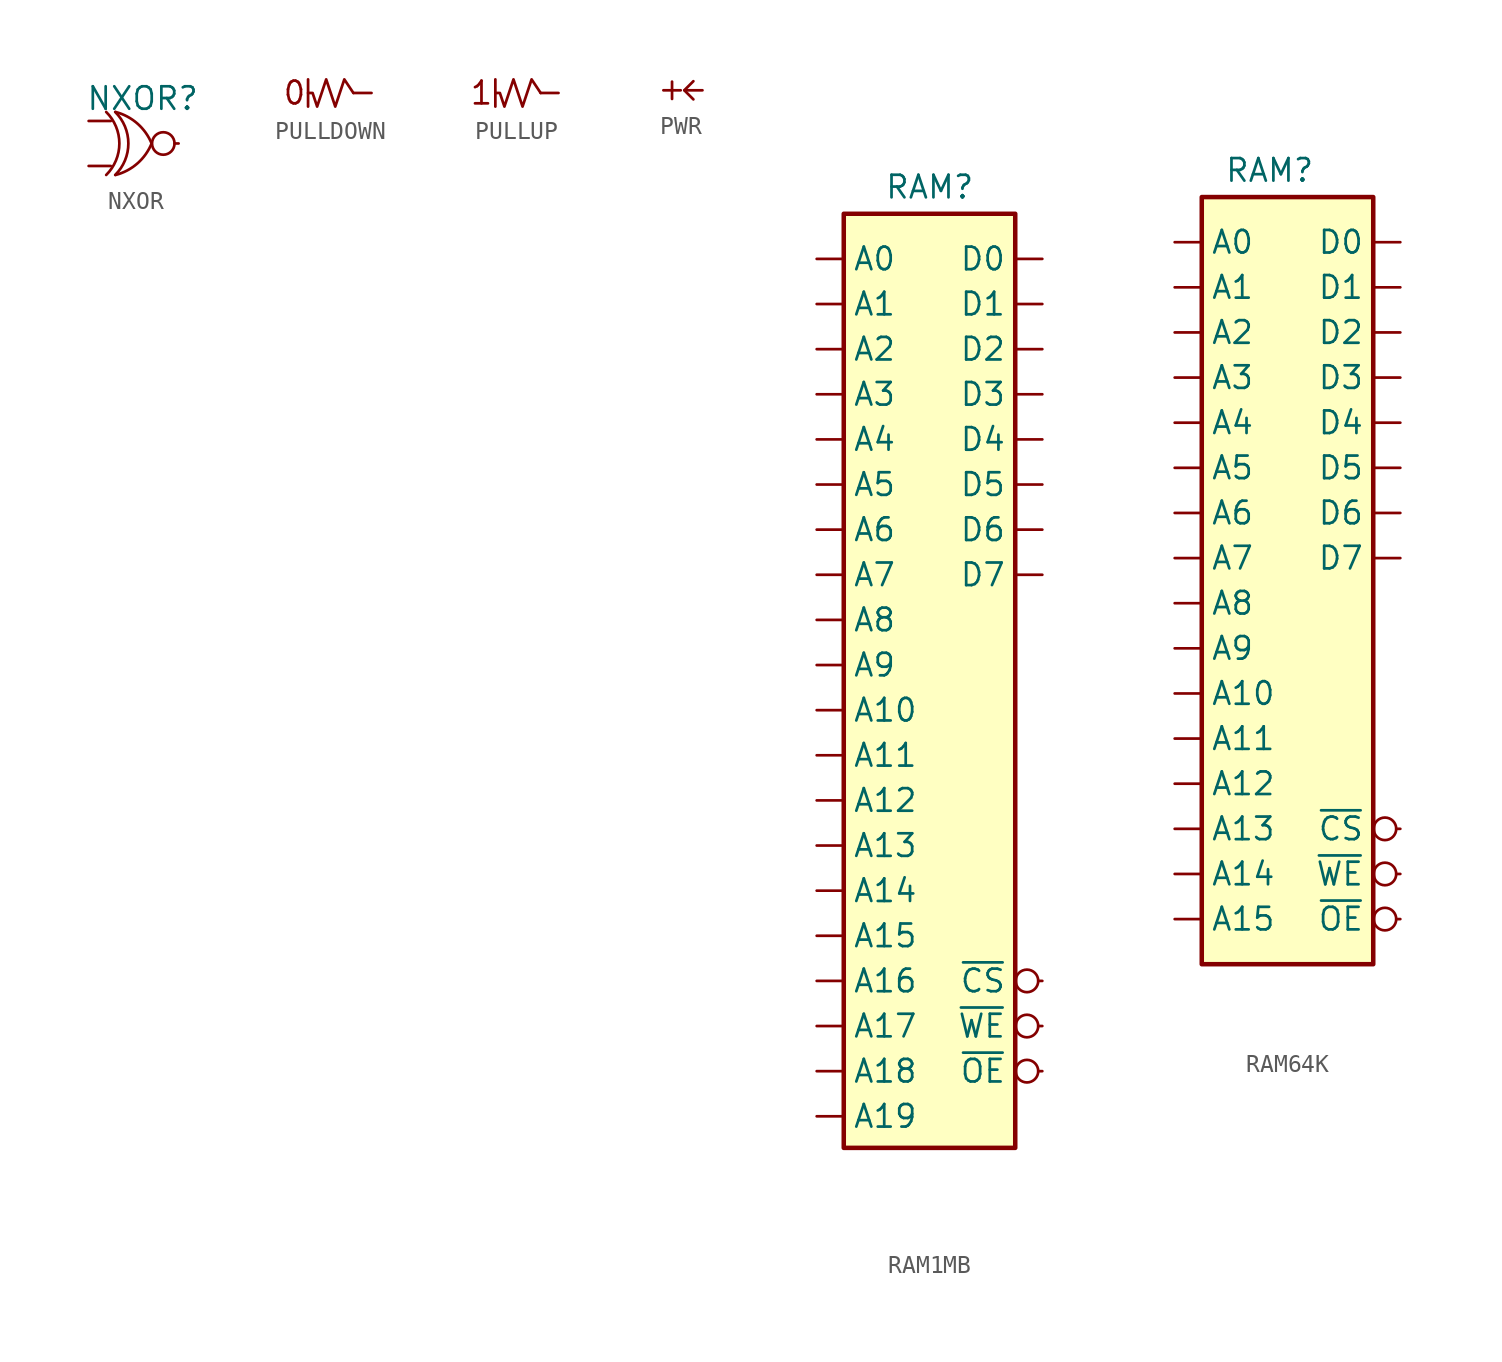
<source format=kicad_sym>
(kicad_symbol_lib
  (version 20220914)
  (generator kicad_symbol_editor)
  (symbol "NXOR"
    (pin_numbers hide)
    (pin_names hide)
    (property "Reference" "NXOR"
      (at 0.508 2.54 0)
      (effects (font (size 1.27 1.27))))
    (symbol "NXOR_0_1"
      (arc (start -1.5488 -1.778) (mid -0.805 0) (end -1.5488 1.778) (stroke (width 0) (type default)) (fill (type none)))
      (arc (start -1.0409 -1.778) (mid -0.2971 0) (end -1.0409 1.778) (stroke (width 0) (type default)) (fill (type none)))
      (arc (start -1.016 -1.778) (mid 0.2105 -1.1296) (end 1.016 0) (stroke (width 0) (type default)) (fill (type none)))
      (arc (start 1.016 0) (mid 0.209 1.1279) (end -1.016 1.778) (stroke (width 0) (type default)) (fill (type none))))
    (symbol "NXOR_1_1"
      (pin input line (at -2.54 1.27 0) (length 1.25) (name "IN0" (effects (font (size 1.27 1.27)))) (number "1" (effects (font (size 1.27 1.27)))))
      (pin input line (at -2.54 -1.27 0) (length 1.25) (name "IN1" (effects (font (size 1.27 1.27)))) (number "2" (effects (font (size 1.27 1.27)))))
      (pin output inverted (at 2.54 0 180) (length 1.5) (name "OUT" (effects (font (size 1.27 1.27)))) (number "3" (effects (font (size 1.27 1.27)))))))
  (symbol "PULLDOWN"
    (pin_numbers hide)
    (pin_names
      (offset 0) hide)
    (property "Reference" "pulldown"
      (at -3.556 -5.08 0)
      (effects (font (size 1.27 1.27)) hide))
    (symbol "PULLDOWN_0_1"
      (polyline (pts (xy -3.556 0) (xy -3.556 -0.762)) (stroke (width 0) (type default)) (fill (type none)))
      (polyline (pts (xy -1.016 0) (xy -1.524 0.762) (xy -2.032 -0.762) (xy -2.54 0.762) (xy -3.048 -0.762) (xy -3.302 0) (xy -3.556 0) (xy -3.556 0.762)) (stroke (width 0) (type default)) (fill (type none))))
    (symbol "PULLDOWN_1_1"
      (text "0" (at -4.318 0 0) (effects (font (size 1.27 1.27))))
      (pin tri_state line (at 0 0 180) (length 1) (name "OUT" (effects (font (size 0 0)))) (number "1" (effects (font (size 0 0)))))))
  (symbol "PULLUP"
    (pin_numbers hide)
    (pin_names
      (offset 0) hide)
    (property "Reference" "pullup"
      (at 0 -2.54 0)
      (effects (font (size 1.27 1.27)) hide))
    (symbol "PULLUP_0_1"
      (polyline (pts (xy -3.54 0) (xy -3.54 -0.762)) (stroke (width 0) (type default)) (fill (type none)))
      (polyline (pts (xy -1 0) (xy -1.508 0.762) (xy -2.016 -0.762) (xy -2.524 0.762) (xy -3.032 -0.762) (xy -3.286 0) (xy -3.54 0) (xy -3.54 0.762)) (stroke (width 0) (type default)) (fill (type none))))
    (symbol "PULLUP_1_1"
      (text "1" (at -4.318 0 0) (effects (font (size 1.27 1.27))))
      (pin tri_state line (at 0 0 180) (length 1) (name "OUT" (effects (font (size 0 0)))) (number "1" (effects (font (size 0 0)))))))
  (symbol "PWR"
    (power)
    (pin_numbers hide)
    (pin_names
      (offset 0) hide)
    (property "Reference" "PWR"
      (at -6.35 -1.27 0)
      (effects (font (size 1.27 1.27)) hide))
    (property "Value" "PWR"
      (at 0 0 0)
      (effects (font (size 0 0))))
    (symbol "PWR_0_1"
      (polyline (pts (xy -0.508 0.508) (xy -1.016 0) (xy -0.508 -0.508)) (stroke (width 0) (type default)) (fill (type none))))
    (symbol "PWR_1_1"
      (text "+" (at -2.54 0 900) (effects (font (size 1.27 1.27)) (justify top)))
      (pin power_in line (at 0 0 180) (length 1) (name "pwr" (effects (font (size 0 0)))) (number "1" (effects (font (size 0 0)))))))
  (symbol "RAM1MB"
    (pin_numbers hide)
    (property "Reference" "RAM"
      (at -2.54 21.082 0)
      (effects (font (size 1.27 1.27)) (justify left bottom)))
    (symbol "RAM1MB_0_1"
      (rectangle (start -4.826 20.32) (end 4.826 -32.258) (stroke (width 0.254) (type default)) (fill (type background))))
    (symbol "RAM1MB_1_1"
      (pin input line (at -6.35 17.78 0) (length 1.5) (name "A0" (effects (font (size 1.27 1.27)))) (number "1" (effects (font (size 1.27 1.27)))))
      (pin input line (at -6.35 -5.08 0) (length 1.5) (name "A9" (effects (font (size 1.27 1.27)))) (number "10" (effects (font (size 1.27 1.27)))))
      (pin input line (at -6.35 -7.62 0) (length 1.5) (name "A10" (effects (font (size 1.27 1.27)))) (number "11" (effects (font (size 1.27 1.27)))))
      (pin input line (at -6.35 -10.16 0) (length 1.5) (name "A11" (effects (font (size 1.27 1.27)))) (number "12" (effects (font (size 1.27 1.27)))))
      (pin input line (at -6.35 -12.7 0) (length 1.5) (name "A12" (effects (font (size 1.27 1.27)))) (number "13" (effects (font (size 1.27 1.27)))))
      (pin input line (at -6.35 -15.24 0) (length 1.5) (name "A13" (effects (font (size 1.27 1.27)))) (number "14" (effects (font (size 1.27 1.27)))))
      (pin input line (at -6.35 -17.78 0) (length 1.5) (name "A14" (effects (font (size 1.27 1.27)))) (number "15" (effects (font (size 1.27 1.27)))))
      (pin input line (at -6.35 -20.32 0) (length 1.5) (name "A15" (effects (font (size 1.27 1.27)))) (number "16" (effects (font (size 1.27 1.27)))))
      (pin input line (at -6.35 -22.86 0) (length 1.5) (name "A16" (effects (font (size 1.27 1.27)))) (number "17" (effects (font (size 1.27 1.27)))))
      (pin input line (at -6.35 -25.4 0) (length 1.5) (name "A17" (effects (font (size 1.27 1.27)))) (number "18" (effects (font (size 1.27 1.27)))))
      (pin input line (at -6.35 -27.94 0) (length 1.5) (name "A18" (effects (font (size 1.27 1.27)))) (number "19" (effects (font (size 1.27 1.27)))))
      (pin input line (at -6.35 15.24 0) (length 1.5) (name "A1" (effects (font (size 1.27 1.27)))) (number "2" (effects (font (size 1.27 1.27)))))
      (pin input line (at -6.35 -30.48 0) (length 1.5) (name "A19" (effects (font (size 1.27 1.27)))) (number "20" (effects (font (size 1.27 1.27)))))
      (pin bidirectional line (at 6.35 17.78 180) (length 1.5) (name "D0" (effects (font (size 1.27 1.27)))) (number "21" (effects (font (size 1.27 1.27)))))
      (pin bidirectional line (at 6.35 15.24 180) (length 1.5) (name "D1" (effects (font (size 1.27 1.27)))) (number "22" (effects (font (size 1.27 1.27)))))
      (pin bidirectional line (at 6.35 12.7 180) (length 1.5) (name "D2" (effects (font (size 1.27 1.27)))) (number "23" (effects (font (size 1.27 1.27)))))
      (pin bidirectional line (at 6.35 10.16 180) (length 1.5) (name "D3" (effects (font (size 1.27 1.27)))) (number "24" (effects (font (size 1.27 1.27)))))
      (pin bidirectional line (at 6.35 7.62 180) (length 1.5) (name "D4" (effects (font (size 1.27 1.27)))) (number "25" (effects (font (size 1.27 1.27)))))
      (pin bidirectional line (at 6.35 5.08 180) (length 1.5) (name "D5" (effects (font (size 1.27 1.27)))) (number "26" (effects (font (size 1.27 1.27)))))
      (pin bidirectional line (at 6.35 2.54 180) (length 1.5) (name "D6" (effects (font (size 1.27 1.27)))) (number "27" (effects (font (size 1.27 1.27)))))
      (pin bidirectional line (at 6.35 0 180) (length 1.5) (name "D7" (effects (font (size 1.27 1.27)))) (number "28" (effects (font (size 1.27 1.27)))))
      (pin input inverted (at 6.35 -22.86 180) (length 1.5) (name "~{CS}" (effects (font (size 1.27 1.27)))) (number "29" (effects (font (size 1.27 1.27)))))
      (pin input line (at -6.35 12.7 0) (length 1.5) (name "A2" (effects (font (size 1.27 1.27)))) (number "3" (effects (font (size 1.27 1.27)))))
      (pin input inverted (at 6.35 -27.94 180) (length 1.5) (name "~{OE}" (effects (font (size 1.27 1.27)))) (number "30" (effects (font (size 1.27 1.27)))))
      (pin input inverted (at 6.35 -25.4 180) (length 1.5) (name "~{WE}" (effects (font (size 1.27 1.27)))) (number "31" (effects (font (size 1.27 1.27)))))
      (pin input line (at -6.35 10.16 0) (length 1.5) (name "A3" (effects (font (size 1.27 1.27)))) (number "4" (effects (font (size 1.27 1.27)))))
      (pin input line (at -6.35 7.62 0) (length 1.5) (name "A4" (effects (font (size 1.27 1.27)))) (number "5" (effects (font (size 1.27 1.27)))))
      (pin input line (at -6.35 5.08 0) (length 1.5) (name "A5" (effects (font (size 1.27 1.27)))) (number "6" (effects (font (size 1.27 1.27)))))
      (pin input line (at -6.35 2.54 0) (length 1.5) (name "A6" (effects (font (size 1.27 1.27)))) (number "7" (effects (font (size 1.27 1.27)))))
      (pin input line (at -6.35 0 0) (length 1.5) (name "A7" (effects (font (size 1.27 1.27)))) (number "8" (effects (font (size 1.27 1.27)))))
      (pin input line (at -6.35 -2.54 0) (length 1.5) (name "A8" (effects (font (size 1.27 1.27)))) (number "9" (effects (font (size 1.27 1.27)))))))
  (symbol "RAM64K"
    (pin_numbers hide)
    (property "Reference" "RAM"
      (at -3.556 21.082 0)
      (effects (font (size 1.27 1.27)) (justify left bottom)))
    (symbol "RAM64K_0_1"
      (rectangle (start -4.826 20.32) (end 4.826 -22.86) (stroke (width 0.254) (type default)) (fill (type background))))
    (symbol "RAM64K_1_1"
      (pin input line (at -6.35 17.78 0) (length 1.5) (name "A0" (effects (font (size 1.27 1.27)))) (number "1" (effects (font (size 1.27 1.27)))))
      (pin input line (at -6.35 -5.08 0) (length 1.5) (name "A9" (effects (font (size 1.27 1.27)))) (number "10" (effects (font (size 1.27 1.27)))))
      (pin input line (at -6.35 -7.62 0) (length 1.5) (name "A10" (effects (font (size 1.27 1.27)))) (number "11" (effects (font (size 1.27 1.27)))))
      (pin input line (at -6.35 -10.16 0) (length 1.5) (name "A11" (effects (font (size 1.27 1.27)))) (number "12" (effects (font (size 1.27 1.27)))))
      (pin input line (at -6.35 -12.7 0) (length 1.5) (name "A12" (effects (font (size 1.27 1.27)))) (number "13" (effects (font (size 1.27 1.27)))))
      (pin input line (at -6.35 -15.24 0) (length 1.5) (name "A13" (effects (font (size 1.27 1.27)))) (number "14" (effects (font (size 1.27 1.27)))))
      (pin input line (at -6.35 -17.78 0) (length 1.5) (name "A14" (effects (font (size 1.27 1.27)))) (number "15" (effects (font (size 1.27 1.27)))))
      (pin input line (at -6.35 -20.32 0) (length 1.5) (name "A15" (effects (font (size 1.27 1.27)))) (number "16" (effects (font (size 1.27 1.27)))))
      (pin bidirectional line (at 6.35 17.78 180) (length 1.5) (name "D0" (effects (font (size 1.27 1.27)))) (number "17" (effects (font (size 1.27 1.27)))))
      (pin bidirectional line (at 6.35 15.24 180) (length 1.5) (name "D1" (effects (font (size 1.27 1.27)))) (number "18" (effects (font (size 1.27 1.27)))))
      (pin bidirectional line (at 6.35 12.7 180) (length 1.5) (name "D2" (effects (font (size 1.27 1.27)))) (number "19" (effects (font (size 1.27 1.27)))))
      (pin input line (at -6.35 15.24 0) (length 1.5) (name "A1" (effects (font (size 1.27 1.27)))) (number "2" (effects (font (size 1.27 1.27)))))
      (pin bidirectional line (at 6.35 10.16 180) (length 1.5) (name "D3" (effects (font (size 1.27 1.27)))) (number "20" (effects (font (size 1.27 1.27)))))
      (pin bidirectional line (at 6.35 7.62 180) (length 1.5) (name "D4" (effects (font (size 1.27 1.27)))) (number "21" (effects (font (size 1.27 1.27)))))
      (pin bidirectional line (at 6.35 5.08 180) (length 1.5) (name "D5" (effects (font (size 1.27 1.27)))) (number "22" (effects (font (size 1.27 1.27)))))
      (pin bidirectional line (at 6.35 2.54 180) (length 1.5) (name "D6" (effects (font (size 1.27 1.27)))) (number "23" (effects (font (size 1.27 1.27)))))
      (pin bidirectional line (at 6.35 0 180) (length 1.5) (name "D7" (effects (font (size 1.27 1.27)))) (number "24" (effects (font (size 1.27 1.27)))))
      (pin input inverted (at 6.35 -15.24 180) (length 1.5) (name "~{CS}" (effects (font (size 1.27 1.27)))) (number "26" (effects (font (size 1.27 1.27)))))
      (pin input inverted (at 6.35 -20.32 180) (length 1.5) (name "~{OE}" (effects (font (size 1.27 1.27)))) (number "27" (effects (font (size 1.27 1.27)))))
      (pin input inverted (at 6.35 -17.78 180) (length 1.5) (name "~{WE}" (effects (font (size 1.27 1.27)))) (number "28" (effects (font (size 1.27 1.27)))))
      (pin input line (at -6.35 12.7 0) (length 1.5) (name "A2" (effects (font (size 1.27 1.27)))) (number "3" (effects (font (size 1.27 1.27)))))
      (pin input line (at -6.35 10.16 0) (length 1.5) (name "A3" (effects (font (size 1.27 1.27)))) (number "4" (effects (font (size 1.27 1.27)))))
      (pin input line (at -6.35 7.62 0) (length 1.5) (name "A4" (effects (font (size 1.27 1.27)))) (number "5" (effects (font (size 1.27 1.27)))))
      (pin input line (at -6.35 5.08 0) (length 1.5) (name "A5" (effects (font (size 1.27 1.27)))) (number "6" (effects (font (size 1.27 1.27)))))
      (pin input line (at -6.35 2.54 0) (length 1.5) (name "A6" (effects (font (size 1.27 1.27)))) (number "7" (effects (font (size 1.27 1.27)))))
      (pin input line (at -6.35 0 0) (length 1.5) (name "A7" (effects (font (size 1.27 1.27)))) (number "8" (effects (font (size 1.27 1.27)))))
      (pin input line (at -6.35 -2.54 0) (length 1.5) (name "A8" (effects (font (size 1.27 1.27)))) (number "9" (effects (font (size 1.27 1.27))))))))
</source>
